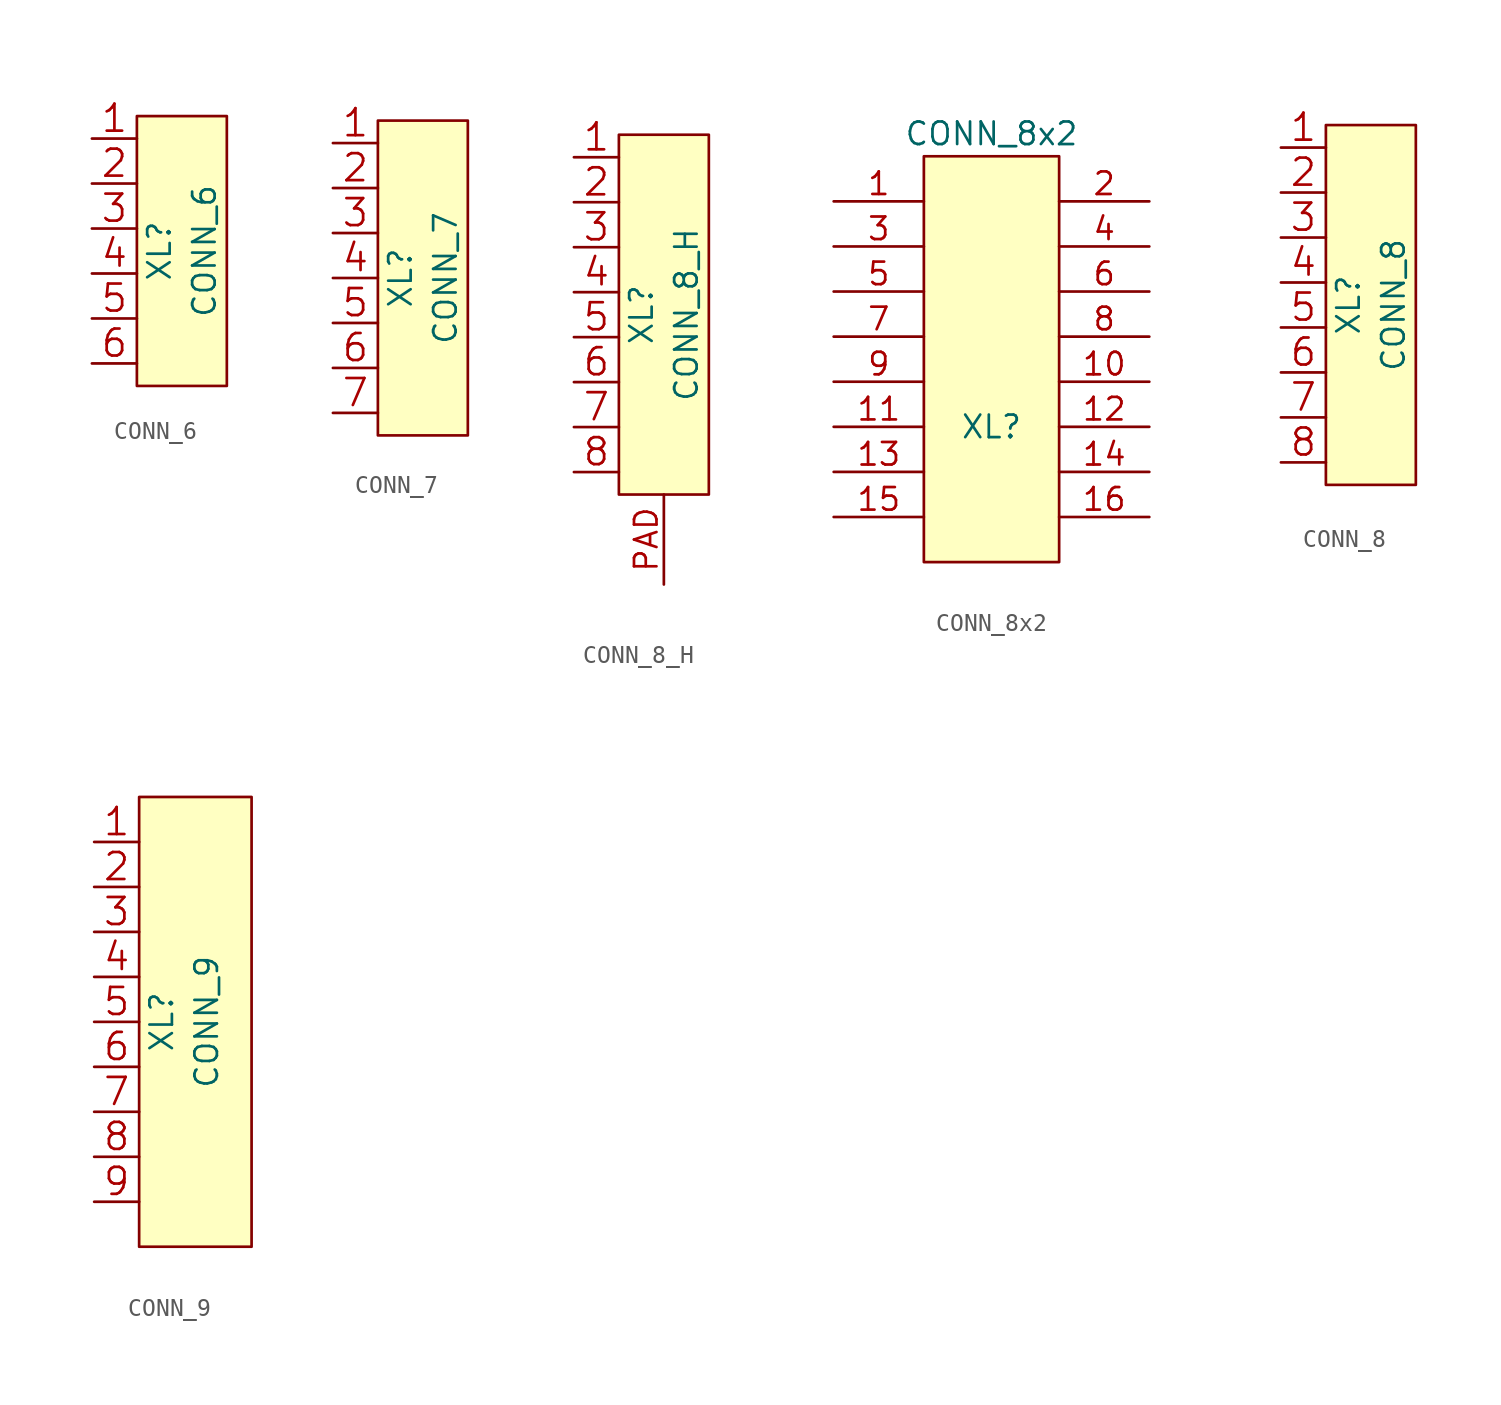
<source format=kicad_sym>
(kicad_symbol_lib
  (version 20201005)
  (generator kicad_symbol_editor)
  (symbol "Connectors_kl:CONN_6"
    (pin_names
      (offset 1.016))
    (property "Reference" "XL"
      (at -1.27 0 90)
      (effects (font (size 1.27 1.27))))
    (property "Value" "CONN_6"
      (at 1.27 0 90)
      (effects (font (size 1.27 1.27))))
    (symbol "CONN_6_0_1"
      (rectangle (start -2.54 7.62) (end 2.54 -7.62) (stroke (width 0)) (fill (type background))))
    (symbol "CONN_6_1_1"
      (pin passive line (at -5.08 6.35 0) (length 2.54) (name "~" (effects (font (size 1.524 1.524)))) (number "1" (effects (font (size 1.524 1.524)))))
      (pin passive line (at -5.08 3.81 0) (length 2.54) (name "~" (effects (font (size 1.524 1.524)))) (number "2" (effects (font (size 1.524 1.524)))))
      (pin passive line (at -5.08 1.27 0) (length 2.54) (name "~" (effects (font (size 1.524 1.524)))) (number "3" (effects (font (size 1.524 1.524)))))
      (pin passive line (at -5.08 -1.27 0) (length 2.54) (name "~" (effects (font (size 1.524 1.524)))) (number "4" (effects (font (size 1.524 1.524)))))
      (pin passive line (at -5.08 -3.81 0) (length 2.54) (name "~" (effects (font (size 1.524 1.524)))) (number "5" (effects (font (size 1.524 1.524)))))
      (pin passive line (at -5.08 -6.35 0) (length 2.54) (name "~" (effects (font (size 1.524 1.524)))) (number "6" (effects (font (size 1.524 1.524)))))))
  (symbol "Connectors_kl:CONN_7"
    (pin_names
      (offset 1.016))
    (property "Reference" "XL"
      (at -1.27 0 90)
      (effects (font (size 1.27 1.27))))
    (property "Value" "CONN_7"
      (at 1.27 0 90)
      (effects (font (size 1.27 1.27))))
    (property "Footprint" ""
      (at 0 0 0)
      (effects (font (size 1.524 1.524))))
    (property "Datasheet" ""
      (at 0 0 0)
      (effects (font (size 1.524 1.524))))
    (symbol "CONN_7_0_1"
      (rectangle (start -2.54 8.89) (end 2.54 -8.89) (stroke (width 0)) (fill (type background))))
    (symbol "CONN_7_1_1"
      (pin passive line (at -5.08 7.62 0) (length 2.54) (name "~" (effects (font (size 1.524 1.524)))) (number "1" (effects (font (size 1.524 1.524)))))
      (pin passive line (at -5.08 5.08 0) (length 2.54) (name "~" (effects (font (size 1.524 1.524)))) (number "2" (effects (font (size 1.524 1.524)))))
      (pin passive line (at -5.08 2.54 0) (length 2.54) (name "~" (effects (font (size 1.524 1.524)))) (number "3" (effects (font (size 1.524 1.524)))))
      (pin passive line (at -5.08 0 0) (length 2.54) (name "~" (effects (font (size 1.524 1.524)))) (number "4" (effects (font (size 1.524 1.524)))))
      (pin passive line (at -5.08 -2.54 0) (length 2.54) (name "~" (effects (font (size 1.524 1.524)))) (number "5" (effects (font (size 1.524 1.524)))))
      (pin passive line (at -5.08 -5.08 0) (length 2.54) (name "~" (effects (font (size 1.524 1.524)))) (number "6" (effects (font (size 1.524 1.524)))))
      (pin passive line (at -5.08 -7.62 0) (length 2.54) (name "~" (effects (font (size 1.524 1.524)))) (number "7" (effects (font (size 1.524 1.524)))))))
  (symbol "Connectors_kl:CONN_8_H"
    (pin_names
      (offset 1.016))
    (property "Reference" "XL"
      (at -1.27 0 90)
      (effects (font (size 1.27 1.27))))
    (property "Value" "CONN_8_H"
      (at 1.27 0 90)
      (effects (font (size 1.27 1.27))))
    (property "Footprint" ""
      (at 0 0 0)
      (effects (font (size 1.524 1.524))))
    (property "Datasheet" ""
      (at 0 0 0)
      (effects (font (size 1.524 1.524))))
    (symbol "CONN_8_H_0_1"
      (rectangle (start -2.54 10.16) (end 2.54 -10.16) (stroke (width 0)) (fill (type background))))
    (symbol "CONN_8_H_1_1"
      (pin passive line (at -5.08 8.89 0) (length 2.54) (name "~" (effects (font (size 1.524 1.524)))) (number "1" (effects (font (size 1.524 1.524)))))
      (pin passive line (at -5.08 6.35 0) (length 2.54) (name "~" (effects (font (size 1.524 1.524)))) (number "2" (effects (font (size 1.524 1.524)))))
      (pin passive line (at -5.08 3.81 0) (length 2.54) (name "~" (effects (font (size 1.524 1.524)))) (number "3" (effects (font (size 1.524 1.524)))))
      (pin passive line (at -5.08 1.27 0) (length 2.54) (name "~" (effects (font (size 1.524 1.524)))) (number "4" (effects (font (size 1.524 1.524)))))
      (pin passive line (at -5.08 -1.27 0) (length 2.54) (name "~" (effects (font (size 1.524 1.524)))) (number "5" (effects (font (size 1.524 1.524)))))
      (pin passive line (at -5.08 -3.81 0) (length 2.54) (name "~" (effects (font (size 1.524 1.524)))) (number "6" (effects (font (size 1.524 1.524)))))
      (pin passive line (at -5.08 -6.35 0) (length 2.54) (name "~" (effects (font (size 1.524 1.524)))) (number "7" (effects (font (size 1.524 1.524)))))
      (pin passive line (at -5.08 -8.89 0) (length 2.54) (name "~" (effects (font (size 1.524 1.524)))) (number "8" (effects (font (size 1.524 1.524)))))
      (pin passive line (at 0 -15.24 90) (length 5.08) (name "~" (effects (font (size 1.27 1.27)))) (number "PAD" (effects (font (size 1.27 1.27)))))))
  (symbol "Connectors_kl:CONN_8x2"
    (pin_names
      (offset 1.016))
    (property "Reference" "XL"
      (at 0 -3.81 0)
      (effects (font (size 1.27 1.27))))
    (property "Value" "CONN_8x2"
      (at 0 12.7 0)
      (effects (font (size 1.27 1.27))))
    (symbol "CONN_8x2_0_0"
      (pin passive line (at 8.89 -1.27 180) (length 5.08) (name "~" (effects (font (size 1.27 1.27)))) (number "10" (effects (font (size 1.27 1.27)))))
      (pin passive line (at -8.89 -3.81 0) (length 5.08) (name "~" (effects (font (size 1.27 1.27)))) (number "11" (effects (font (size 1.27 1.27)))))
      (pin passive line (at 8.89 -3.81 180) (length 5.08) (name "~" (effects (font (size 1.27 1.27)))) (number "12" (effects (font (size 1.27 1.27)))))
      (pin passive line (at -8.89 -6.35 0) (length 5.08) (name "~" (effects (font (size 1.27 1.27)))) (number "13" (effects (font (size 1.27 1.27)))))
      (pin passive line (at 8.89 -6.35 180) (length 5.08) (name "~" (effects (font (size 1.27 1.27)))) (number "14" (effects (font (size 1.27 1.27)))))
      (pin passive line (at -8.89 -8.89 0) (length 5.08) (name "~" (effects (font (size 1.27 1.27)))) (number "15" (effects (font (size 1.27 1.27)))))
      (pin passive line (at 8.89 -8.89 180) (length 5.08) (name "~" (effects (font (size 1.27 1.27)))) (number "16" (effects (font (size 1.27 1.27)))))
      (pin passive line (at 8.89 8.89 180) (length 5.08) (name "~" (effects (font (size 1.27 1.27)))) (number "2" (effects (font (size 1.27 1.27)))))
      (pin passive line (at -8.89 6.35 0) (length 5.08) (name "~" (effects (font (size 1.27 1.27)))) (number "3" (effects (font (size 1.27 1.27)))))
      (pin passive line (at 8.89 6.35 180) (length 5.08) (name "~" (effects (font (size 1.27 1.27)))) (number "4" (effects (font (size 1.27 1.27)))))
      (pin passive line (at -8.89 3.81 0) (length 5.08) (name "~" (effects (font (size 1.27 1.27)))) (number "5" (effects (font (size 1.27 1.27)))))
      (pin passive line (at 8.89 3.81 180) (length 5.08) (name "~" (effects (font (size 1.27 1.27)))) (number "6" (effects (font (size 1.27 1.27)))))
      (pin passive line (at -8.89 1.27 0) (length 5.08) (name "~" (effects (font (size 1.27 1.27)))) (number "7" (effects (font (size 1.27 1.27)))))
      (pin passive line (at 8.89 1.27 180) (length 5.08) (name "~" (effects (font (size 1.27 1.27)))) (number "8" (effects (font (size 1.27 1.27)))))
      (pin passive line (at -8.89 -1.27 0) (length 5.08) (name "~" (effects (font (size 1.27 1.27)))) (number "9" (effects (font (size 1.27 1.27))))))
    (symbol "CONN_8x2_0_1"
      (rectangle (start -3.81 11.43) (end 3.81 -11.43) (stroke (width 0)) (fill (type background))))
    (symbol "CONN_8x2_1_1"
      (pin passive line (at -8.89 8.89 0) (length 5.08) (name "~" (effects (font (size 1.27 1.27)))) (number "1" (effects (font (size 1.27 1.27)))))))
  (symbol "Connectors_kl:CONN_8"
    (pin_names
      (offset 1.016))
    (property "Reference" "XL"
      (at -1.27 0 90)
      (effects (font (size 1.27 1.27))))
    (property "Value" "CONN_8"
      (at 1.27 0 90)
      (effects (font (size 1.27 1.27))))
    (property "Footprint" ""
      (at 0 0 0)
      (effects (font (size 1.524 1.524))))
    (property "Datasheet" ""
      (at 0 0 0)
      (effects (font (size 1.524 1.524))))
    (symbol "CONN_8_0_1"
      (rectangle (start -2.54 10.16) (end 2.54 -10.16) (stroke (width 0)) (fill (type background))))
    (symbol "CONN_8_1_1"
      (pin passive line (at -5.08 8.89 0) (length 2.54) (name "~" (effects (font (size 1.524 1.524)))) (number "1" (effects (font (size 1.524 1.524)))))
      (pin passive line (at -5.08 6.35 0) (length 2.54) (name "~" (effects (font (size 1.524 1.524)))) (number "2" (effects (font (size 1.524 1.524)))))
      (pin passive line (at -5.08 3.81 0) (length 2.54) (name "~" (effects (font (size 1.524 1.524)))) (number "3" (effects (font (size 1.524 1.524)))))
      (pin passive line (at -5.08 1.27 0) (length 2.54) (name "~" (effects (font (size 1.524 1.524)))) (number "4" (effects (font (size 1.524 1.524)))))
      (pin passive line (at -5.08 -1.27 0) (length 2.54) (name "~" (effects (font (size 1.524 1.524)))) (number "5" (effects (font (size 1.524 1.524)))))
      (pin passive line (at -5.08 -3.81 0) (length 2.54) (name "~" (effects (font (size 1.524 1.524)))) (number "6" (effects (font (size 1.524 1.524)))))
      (pin passive line (at -5.08 -6.35 0) (length 2.54) (name "~" (effects (font (size 1.524 1.524)))) (number "7" (effects (font (size 1.524 1.524)))))
      (pin passive line (at -5.08 -8.89 0) (length 2.54) (name "~" (effects (font (size 1.524 1.524)))) (number "8" (effects (font (size 1.524 1.524)))))))
  (symbol "Connectors_kl:CONN_9"
    (pin_names
      (offset 1.016))
    (property "Reference" "XL"
      (at -1.27 0 90)
      (effects (font (size 1.27 1.27))))
    (property "Value" "CONN_9"
      (at 1.27 0 90)
      (effects (font (size 1.27 1.27))))
    (property "Footprint" ""
      (at 0 0 0)
      (effects (font (size 1.524 1.524))))
    (property "Datasheet" ""
      (at 0 0 0)
      (effects (font (size 1.524 1.524))))
    (symbol "CONN_9_0_1"
      (rectangle (start -2.54 12.7) (end 3.81 -12.7) (stroke (width 0)) (fill (type background))))
    (symbol "CONN_9_1_1"
      (pin passive line (at -5.08 10.16 0) (length 2.54) (name "~" (effects (font (size 1.524 1.524)))) (number "1" (effects (font (size 1.524 1.524)))))
      (pin passive line (at -5.08 7.62 0) (length 2.54) (name "~" (effects (font (size 1.524 1.524)))) (number "2" (effects (font (size 1.524 1.524)))))
      (pin passive line (at -5.08 5.08 0) (length 2.54) (name "~" (effects (font (size 1.524 1.524)))) (number "3" (effects (font (size 1.524 1.524)))))
      (pin passive line (at -5.08 2.54 0) (length 2.54) (name "~" (effects (font (size 1.524 1.524)))) (number "4" (effects (font (size 1.524 1.524)))))
      (pin passive line (at -5.08 0 0) (length 2.54) (name "~" (effects (font (size 1.524 1.524)))) (number "5" (effects (font (size 1.524 1.524)))))
      (pin passive line (at -5.08 -2.54 0) (length 2.54) (name "~" (effects (font (size 1.524 1.524)))) (number "6" (effects (font (size 1.524 1.524)))))
      (pin passive line (at -5.08 -5.08 0) (length 2.54) (name "~" (effects (font (size 1.524 1.524)))) (number "7" (effects (font (size 1.524 1.524)))))
      (pin passive line (at -5.08 -7.62 0) (length 2.54) (name "~" (effects (font (size 1.524 1.524)))) (number "8" (effects (font (size 1.524 1.524)))))
      (pin passive line (at -5.08 -10.16 0) (length 2.54) (name "~" (effects (font (size 1.524 1.524)))) (number "9" (effects (font (size 1.524 1.524))))))))
</source>
